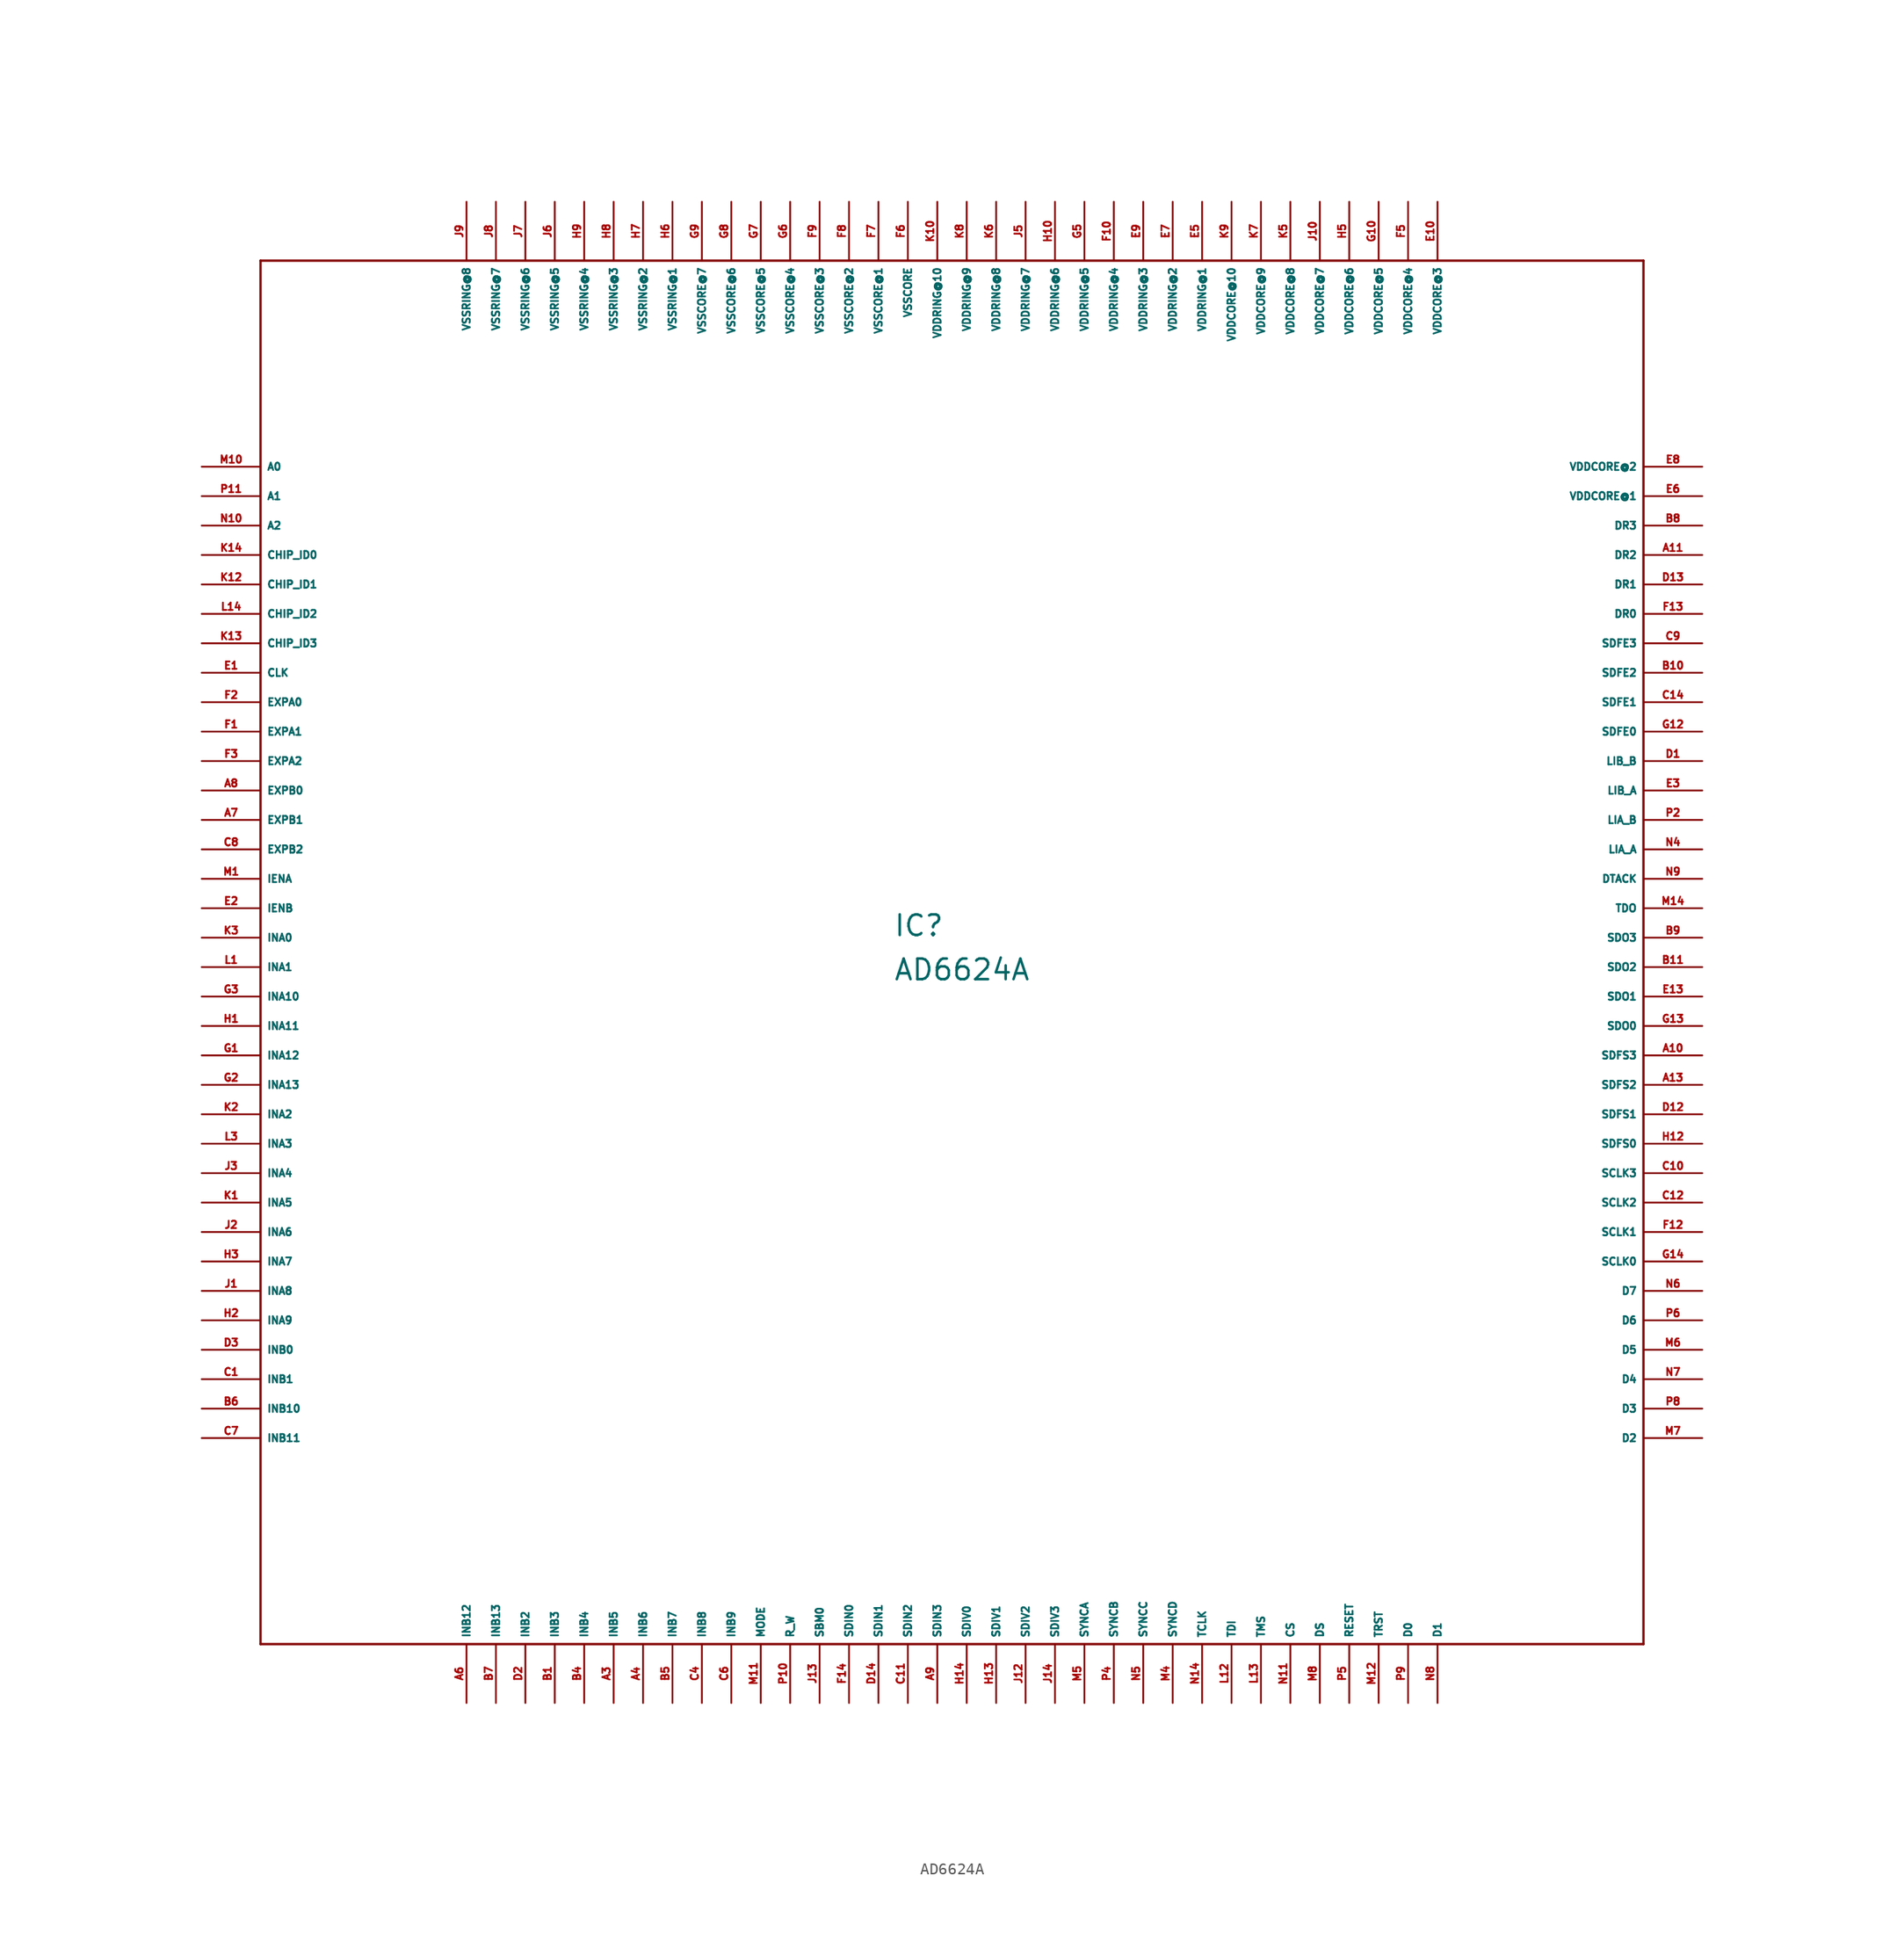
<source format=kicad_sym>
(kicad_symbol_lib
  (version 20220914)
  (generator Eagle2Kicad)
  (symbol "AD6624A"
    (property "Reference" "IC"
      (at -6.35 2.54 0)
      (effects (font (size 1.778 1.778) (thickness 0.22)) (justify left bottom)))
    (property "Value" "AD6624A"
      (at -6.35 -1.27 0)
      (effects (font (size 1.778 1.778) (thickness 0.22)) (justify left bottom)))
    (polyline
      (pts (xy -60.96 -58.42) (xy 58.42 -58.42))
      (stroke (width 0.203) (type default))
      (fill (type none)))
    (polyline
      (pts (xy 58.42 -58.42) (xy 58.42 60.96))
      (stroke (width 0.203) (type default))
      (fill (type none)))
    (polyline
      (pts (xy 58.42 60.96) (xy -60.96 60.96))
      (stroke (width 0.203) (type default))
      (fill (type none)))
    (polyline
      (pts (xy -60.96 60.96) (xy -60.96 -58.42))
      (stroke (width 0.203) (type default))
      (fill (type none)))
    (pin input line
      (at -66.04 43.18 0)
      (length 5.08)
      (name "A0" (effects (font (size 0.635 0.635) (thickness 0.08)) (justify left bottom)))
      (number "M10" (effects (font (size 0.635 0.635) (thickness 0.08)) (justify left bottom))))
    (pin input line
      (at -66.04 40.64 0)
      (length 5.08)
      (name "A1" (effects (font (size 0.635 0.635) (thickness 0.08)) (justify left bottom)))
      (number "P11" (effects (font (size 0.635 0.635) (thickness 0.08)) (justify left bottom))))
    (pin input line
      (at -66.04 38.1 0)
      (length 5.08)
      (name "A2" (effects (font (size 0.635 0.635) (thickness 0.08)) (justify left bottom)))
      (number "N10" (effects (font (size 0.635 0.635) (thickness 0.08)) (justify left bottom))))
    (pin input line
      (at -66.04 35.56 0)
      (length 5.08)
      (name "CHIP_ID0" (effects (font (size 0.635 0.635) (thickness 0.08)) (justify left bottom)))
      (number "K14" (effects (font (size 0.635 0.635) (thickness 0.08)) (justify left bottom))))
    (pin input line
      (at -66.04 33.02 0)
      (length 5.08)
      (name "CHIP_ID1" (effects (font (size 0.635 0.635) (thickness 0.08)) (justify left bottom)))
      (number "K12" (effects (font (size 0.635 0.635) (thickness 0.08)) (justify left bottom))))
    (pin input line
      (at -66.04 30.48 0)
      (length 5.08)
      (name "CHIP_ID2" (effects (font (size 0.635 0.635) (thickness 0.08)) (justify left bottom)))
      (number "L14" (effects (font (size 0.635 0.635) (thickness 0.08)) (justify left bottom))))
    (pin input line
      (at -66.04 27.94 0)
      (length 5.08)
      (name "CHIP_ID3" (effects (font (size 0.635 0.635) (thickness 0.08)) (justify left bottom)))
      (number "K13" (effects (font (size 0.635 0.635) (thickness 0.08)) (justify left bottom))))
    (pin input line
      (at -66.04 25.4 0)
      (length 5.08)
      (name "CLK" (effects (font (size 0.635 0.635) (thickness 0.08)) (justify left bottom)))
      (number "E1" (effects (font (size 0.635 0.635) (thickness 0.08)) (justify left bottom))))
    (pin input line
      (at -66.04 22.86 0)
      (length 5.08)
      (name "EXPA0" (effects (font (size 0.635 0.635) (thickness 0.08)) (justify left bottom)))
      (number "F2" (effects (font (size 0.635 0.635) (thickness 0.08)) (justify left bottom))))
    (pin input line
      (at -66.04 20.32 0)
      (length 5.08)
      (name "EXPA1" (effects (font (size 0.635 0.635) (thickness 0.08)) (justify left bottom)))
      (number "F1" (effects (font (size 0.635 0.635) (thickness 0.08)) (justify left bottom))))
    (pin input line
      (at -66.04 17.78 0)
      (length 5.08)
      (name "EXPA2" (effects (font (size 0.635 0.635) (thickness 0.08)) (justify left bottom)))
      (number "F3" (effects (font (size 0.635 0.635) (thickness 0.08)) (justify left bottom))))
    (pin input line
      (at -66.04 15.24 0)
      (length 5.08)
      (name "EXPB0" (effects (font (size 0.635 0.635) (thickness 0.08)) (justify left bottom)))
      (number "A8" (effects (font (size 0.635 0.635) (thickness 0.08)) (justify left bottom))))
    (pin input line
      (at -66.04 12.7 0)
      (length 5.08)
      (name "EXPB1" (effects (font (size 0.635 0.635) (thickness 0.08)) (justify left bottom)))
      (number "A7" (effects (font (size 0.635 0.635) (thickness 0.08)) (justify left bottom))))
    (pin input line
      (at -66.04 10.16 0)
      (length 5.08)
      (name "EXPB2" (effects (font (size 0.635 0.635) (thickness 0.08)) (justify left bottom)))
      (number "C8" (effects (font (size 0.635 0.635) (thickness 0.08)) (justify left bottom))))
    (pin input line
      (at -66.04 7.62 0)
      (length 5.08)
      (name "IENA" (effects (font (size 0.635 0.635) (thickness 0.08)) (justify left bottom)))
      (number "M1" (effects (font (size 0.635 0.635) (thickness 0.08)) (justify left bottom))))
    (pin input line
      (at -66.04 5.08 0)
      (length 5.08)
      (name "IENB" (effects (font (size 0.635 0.635) (thickness 0.08)) (justify left bottom)))
      (number "E2" (effects (font (size 0.635 0.635) (thickness 0.08)) (justify left bottom))))
    (pin input line
      (at -66.04 2.54 0)
      (length 5.08)
      (name "INA0" (effects (font (size 0.635 0.635) (thickness 0.08)) (justify left bottom)))
      (number "K3" (effects (font (size 0.635 0.635) (thickness 0.08)) (justify left bottom))))
    (pin input line
      (at -66.04 0 0)
      (length 5.08)
      (name "INA1" (effects (font (size 0.635 0.635) (thickness 0.08)) (justify left bottom)))
      (number "L1" (effects (font (size 0.635 0.635) (thickness 0.08)) (justify left bottom))))
    (pin input line
      (at -66.04 -2.54 0)
      (length 5.08)
      (name "INA10" (effects (font (size 0.635 0.635) (thickness 0.08)) (justify left bottom)))
      (number "G3" (effects (font (size 0.635 0.635) (thickness 0.08)) (justify left bottom))))
    (pin input line
      (at -66.04 -5.08 0)
      (length 5.08)
      (name "INA11" (effects (font (size 0.635 0.635) (thickness 0.08)) (justify left bottom)))
      (number "H1" (effects (font (size 0.635 0.635) (thickness 0.08)) (justify left bottom))))
    (pin input line
      (at -66.04 -7.62 0)
      (length 5.08)
      (name "INA12" (effects (font (size 0.635 0.635) (thickness 0.08)) (justify left bottom)))
      (number "G1" (effects (font (size 0.635 0.635) (thickness 0.08)) (justify left bottom))))
    (pin input line
      (at -66.04 -10.16 0)
      (length 5.08)
      (name "INA13" (effects (font (size 0.635 0.635) (thickness 0.08)) (justify left bottom)))
      (number "G2" (effects (font (size 0.635 0.635) (thickness 0.08)) (justify left bottom))))
    (pin input line
      (at -66.04 -12.7 0)
      (length 5.08)
      (name "INA2" (effects (font (size 0.635 0.635) (thickness 0.08)) (justify left bottom)))
      (number "K2" (effects (font (size 0.635 0.635) (thickness 0.08)) (justify left bottom))))
    (pin input line
      (at -66.04 -15.24 0)
      (length 5.08)
      (name "INA3" (effects (font (size 0.635 0.635) (thickness 0.08)) (justify left bottom)))
      (number "L3" (effects (font (size 0.635 0.635) (thickness 0.08)) (justify left bottom))))
    (pin input line
      (at -66.04 -17.78 0)
      (length 5.08)
      (name "INA4" (effects (font (size 0.635 0.635) (thickness 0.08)) (justify left bottom)))
      (number "J3" (effects (font (size 0.635 0.635) (thickness 0.08)) (justify left bottom))))
    (pin input line
      (at -66.04 -20.32 0)
      (length 5.08)
      (name "INA5" (effects (font (size 0.635 0.635) (thickness 0.08)) (justify left bottom)))
      (number "K1" (effects (font (size 0.635 0.635) (thickness 0.08)) (justify left bottom))))
    (pin input line
      (at -66.04 -22.86 0)
      (length 5.08)
      (name "INA6" (effects (font (size 0.635 0.635) (thickness 0.08)) (justify left bottom)))
      (number "J2" (effects (font (size 0.635 0.635) (thickness 0.08)) (justify left bottom))))
    (pin input line
      (at -66.04 -25.4 0)
      (length 5.08)
      (name "INA7" (effects (font (size 0.635 0.635) (thickness 0.08)) (justify left bottom)))
      (number "H3" (effects (font (size 0.635 0.635) (thickness 0.08)) (justify left bottom))))
    (pin input line
      (at -66.04 -27.94 0)
      (length 5.08)
      (name "INA8" (effects (font (size 0.635 0.635) (thickness 0.08)) (justify left bottom)))
      (number "J1" (effects (font (size 0.635 0.635) (thickness 0.08)) (justify left bottom))))
    (pin input line
      (at -66.04 -30.48 0)
      (length 5.08)
      (name "INA9" (effects (font (size 0.635 0.635) (thickness 0.08)) (justify left bottom)))
      (number "H2" (effects (font (size 0.635 0.635) (thickness 0.08)) (justify left bottom))))
    (pin input line
      (at -66.04 -33.02 0)
      (length 5.08)
      (name "INB0" (effects (font (size 0.635 0.635) (thickness 0.08)) (justify left bottom)))
      (number "D3" (effects (font (size 0.635 0.635) (thickness 0.08)) (justify left bottom))))
    (pin input line
      (at -66.04 -35.56 0)
      (length 5.08)
      (name "INB1" (effects (font (size 0.635 0.635) (thickness 0.08)) (justify left bottom)))
      (number "C1" (effects (font (size 0.635 0.635) (thickness 0.08)) (justify left bottom))))
    (pin input line
      (at -66.04 -38.1 0)
      (length 5.08)
      (name "INB10" (effects (font (size 0.635 0.635) (thickness 0.08)) (justify left bottom)))
      (number "B6" (effects (font (size 0.635 0.635) (thickness 0.08)) (justify left bottom))))
    (pin input line
      (at -66.04 -40.64 0)
      (length 5.08)
      (name "INB11" (effects (font (size 0.635 0.635) (thickness 0.08)) (justify left bottom)))
      (number "C7" (effects (font (size 0.635 0.635) (thickness 0.08)) (justify left bottom))))
    (pin input line
      (at -43.18 -63.5 90)
      (length 5.08)
      (name "INB12" (effects (font (size 0.635 0.635) (thickness 0.08)) (justify left bottom)))
      (number "A6" (effects (font (size 0.635 0.635) (thickness 0.08)) (justify left bottom))))
    (pin input line
      (at -40.64 -63.5 90)
      (length 5.08)
      (name "INB13" (effects (font (size 0.635 0.635) (thickness 0.08)) (justify left bottom)))
      (number "B7" (effects (font (size 0.635 0.635) (thickness 0.08)) (justify left bottom))))
    (pin input line
      (at -38.1 -63.5 90)
      (length 5.08)
      (name "INB2" (effects (font (size 0.635 0.635) (thickness 0.08)) (justify left bottom)))
      (number "D2" (effects (font (size 0.635 0.635) (thickness 0.08)) (justify left bottom))))
    (pin input line
      (at -35.56 -63.5 90)
      (length 5.08)
      (name "INB3" (effects (font (size 0.635 0.635) (thickness 0.08)) (justify left bottom)))
      (number "B1" (effects (font (size 0.635 0.635) (thickness 0.08)) (justify left bottom))))
    (pin input line
      (at -33.02 -63.5 90)
      (length 5.08)
      (name "INB4" (effects (font (size 0.635 0.635) (thickness 0.08)) (justify left bottom)))
      (number "B4" (effects (font (size 0.635 0.635) (thickness 0.08)) (justify left bottom))))
    (pin input line
      (at -30.48 -63.5 90)
      (length 5.08)
      (name "INB5" (effects (font (size 0.635 0.635) (thickness 0.08)) (justify left bottom)))
      (number "A3" (effects (font (size 0.635 0.635) (thickness 0.08)) (justify left bottom))))
    (pin input line
      (at -27.94 -63.5 90)
      (length 5.08)
      (name "INB6" (effects (font (size 0.635 0.635) (thickness 0.08)) (justify left bottom)))
      (number "A4" (effects (font (size 0.635 0.635) (thickness 0.08)) (justify left bottom))))
    (pin input line
      (at -25.4 -63.5 90)
      (length 5.08)
      (name "INB7" (effects (font (size 0.635 0.635) (thickness 0.08)) (justify left bottom)))
      (number "B5" (effects (font (size 0.635 0.635) (thickness 0.08)) (justify left bottom))))
    (pin input line
      (at -22.86 -63.5 90)
      (length 5.08)
      (name "INB8" (effects (font (size 0.635 0.635) (thickness 0.08)) (justify left bottom)))
      (number "C4" (effects (font (size 0.635 0.635) (thickness 0.08)) (justify left bottom))))
    (pin input line
      (at -20.32 -63.5 90)
      (length 5.08)
      (name "INB9" (effects (font (size 0.635 0.635) (thickness 0.08)) (justify left bottom)))
      (number "C6" (effects (font (size 0.635 0.635) (thickness 0.08)) (justify left bottom))))
    (pin input line
      (at -17.78 -63.5 90)
      (length 5.08)
      (name "MODE" (effects (font (size 0.635 0.635) (thickness 0.08)) (justify left bottom)))
      (number "M11" (effects (font (size 0.635 0.635) (thickness 0.08)) (justify left bottom))))
    (pin input line
      (at -15.24 -63.5 90)
      (length 5.08)
      (name "R_W" (effects (font (size 0.635 0.635) (thickness 0.08)) (justify left bottom)))
      (number "P10" (effects (font (size 0.635 0.635) (thickness 0.08)) (justify left bottom))))
    (pin input line
      (at -12.7 -63.5 90)
      (length 5.08)
      (name "SBM0" (effects (font (size 0.635 0.635) (thickness 0.08)) (justify left bottom)))
      (number "J13" (effects (font (size 0.635 0.635) (thickness 0.08)) (justify left bottom))))
    (pin input line
      (at -10.16 -63.5 90)
      (length 5.08)
      (name "SDIN0" (effects (font (size 0.635 0.635) (thickness 0.08)) (justify left bottom)))
      (number "F14" (effects (font (size 0.635 0.635) (thickness 0.08)) (justify left bottom))))
    (pin input line
      (at -7.62 -63.5 90)
      (length 5.08)
      (name "SDIN1" (effects (font (size 0.635 0.635) (thickness 0.08)) (justify left bottom)))
      (number "D14" (effects (font (size 0.635 0.635) (thickness 0.08)) (justify left bottom))))
    (pin input line
      (at -5.08 -63.5 90)
      (length 5.08)
      (name "SDIN2" (effects (font (size 0.635 0.635) (thickness 0.08)) (justify left bottom)))
      (number "C11" (effects (font (size 0.635 0.635) (thickness 0.08)) (justify left bottom))))
    (pin input line
      (at -2.54 -63.5 90)
      (length 5.08)
      (name "SDIN3" (effects (font (size 0.635 0.635) (thickness 0.08)) (justify left bottom)))
      (number "A9" (effects (font (size 0.635 0.635) (thickness 0.08)) (justify left bottom))))
    (pin input line
      (at 0 -63.5 90)
      (length 5.08)
      (name "SDIV0" (effects (font (size 0.635 0.635) (thickness 0.08)) (justify left bottom)))
      (number "H14" (effects (font (size 0.635 0.635) (thickness 0.08)) (justify left bottom))))
    (pin input line
      (at 2.54 -63.5 90)
      (length 5.08)
      (name "SDIV1" (effects (font (size 0.635 0.635) (thickness 0.08)) (justify left bottom)))
      (number "H13" (effects (font (size 0.635 0.635) (thickness 0.08)) (justify left bottom))))
    (pin input line
      (at 5.08 -63.5 90)
      (length 5.08)
      (name "SDIV2" (effects (font (size 0.635 0.635) (thickness 0.08)) (justify left bottom)))
      (number "J12" (effects (font (size 0.635 0.635) (thickness 0.08)) (justify left bottom))))
    (pin input line
      (at 7.62 -63.5 90)
      (length 5.08)
      (name "SDIV3" (effects (font (size 0.635 0.635) (thickness 0.08)) (justify left bottom)))
      (number "J14" (effects (font (size 0.635 0.635) (thickness 0.08)) (justify left bottom))))
    (pin input line
      (at 10.16 -63.5 90)
      (length 5.08)
      (name "SYNCA" (effects (font (size 0.635 0.635) (thickness 0.08)) (justify left bottom)))
      (number "M5" (effects (font (size 0.635 0.635) (thickness 0.08)) (justify left bottom))))
    (pin input line
      (at 12.7 -63.5 90)
      (length 5.08)
      (name "SYNCB" (effects (font (size 0.635 0.635) (thickness 0.08)) (justify left bottom)))
      (number "P4" (effects (font (size 0.635 0.635) (thickness 0.08)) (justify left bottom))))
    (pin input line
      (at 15.24 -63.5 90)
      (length 5.08)
      (name "SYNCC" (effects (font (size 0.635 0.635) (thickness 0.08)) (justify left bottom)))
      (number "N5" (effects (font (size 0.635 0.635) (thickness 0.08)) (justify left bottom))))
    (pin input line
      (at 17.78 -63.5 90)
      (length 5.08)
      (name "SYNCD" (effects (font (size 0.635 0.635) (thickness 0.08)) (justify left bottom)))
      (number "M4" (effects (font (size 0.635 0.635) (thickness 0.08)) (justify left bottom))))
    (pin input line
      (at 20.32 -63.5 90)
      (length 5.08)
      (name "TCLK" (effects (font (size 0.635 0.635) (thickness 0.08)) (justify left bottom)))
      (number "N14" (effects (font (size 0.635 0.635) (thickness 0.08)) (justify left bottom))))
    (pin input line
      (at 22.86 -63.5 90)
      (length 5.08)
      (name "TDI" (effects (font (size 0.635 0.635) (thickness 0.08)) (justify left bottom)))
      (number "L12" (effects (font (size 0.635 0.635) (thickness 0.08)) (justify left bottom))))
    (pin input line
      (at 25.4 -63.5 90)
      (length 5.08)
      (name "TMS" (effects (font (size 0.635 0.635) (thickness 0.08)) (justify left bottom)))
      (number "L13" (effects (font (size 0.635 0.635) (thickness 0.08)) (justify left bottom))))
    (pin input line
      (at 27.94 -63.5 90)
      (length 5.08)
      (name "CS" (effects (font (size 0.635 0.635) (thickness 0.08)) (justify left bottom)))
      (number "N11" (effects (font (size 0.635 0.635) (thickness 0.08)) (justify left bottom))))
    (pin input line
      (at 30.48 -63.5 90)
      (length 5.08)
      (name "DS" (effects (font (size 0.635 0.635) (thickness 0.08)) (justify left bottom)))
      (number "M8" (effects (font (size 0.635 0.635) (thickness 0.08)) (justify left bottom))))
    (pin input line
      (at 33.02 -63.5 90)
      (length 5.08)
      (name "RESET" (effects (font (size 0.635 0.635) (thickness 0.08)) (justify left bottom)))
      (number "P5" (effects (font (size 0.635 0.635) (thickness 0.08)) (justify left bottom))))
    (pin input line
      (at 35.56 -63.5 90)
      (length 5.08)
      (name "TRST" (effects (font (size 0.635 0.635) (thickness 0.08)) (justify left bottom)))
      (number "M12" (effects (font (size 0.635 0.635) (thickness 0.08)) (justify left bottom))))
    (pin bidirectional line
      (at 38.1 -63.5 90)
      (length 5.08)
      (name "D0" (effects (font (size 0.635 0.635) (thickness 0.08)) (justify left bottom)))
      (number "P9" (effects (font (size 0.635 0.635) (thickness 0.08)) (justify left bottom))))
    (pin bidirectional line
      (at 40.64 -63.5 90)
      (length 5.08)
      (name "D1" (effects (font (size 0.635 0.635) (thickness 0.08)) (justify left bottom)))
      (number "N8" (effects (font (size 0.635 0.635) (thickness 0.08)) (justify left bottom))))
    (pin bidirectional line
      (at 63.5 -40.64 180)
      (length 5.08)
      (name "D2" (effects (font (size 0.635 0.635) (thickness 0.08)) (justify left bottom)))
      (number "M7" (effects (font (size 0.635 0.635) (thickness 0.08)) (justify left bottom))))
    (pin bidirectional line
      (at 63.5 -38.1 180)
      (length 5.08)
      (name "D3" (effects (font (size 0.635 0.635) (thickness 0.08)) (justify left bottom)))
      (number "P8" (effects (font (size 0.635 0.635) (thickness 0.08)) (justify left bottom))))
    (pin bidirectional line
      (at 63.5 -35.56 180)
      (length 5.08)
      (name "D4" (effects (font (size 0.635 0.635) (thickness 0.08)) (justify left bottom)))
      (number "N7" (effects (font (size 0.635 0.635) (thickness 0.08)) (justify left bottom))))
    (pin bidirectional line
      (at 63.5 -33.02 180)
      (length 5.08)
      (name "D5" (effects (font (size 0.635 0.635) (thickness 0.08)) (justify left bottom)))
      (number "M6" (effects (font (size 0.635 0.635) (thickness 0.08)) (justify left bottom))))
    (pin bidirectional line
      (at 63.5 -30.48 180)
      (length 5.08)
      (name "D6" (effects (font (size 0.635 0.635) (thickness 0.08)) (justify left bottom)))
      (number "P6" (effects (font (size 0.635 0.635) (thickness 0.08)) (justify left bottom))))
    (pin bidirectional line
      (at 63.5 -27.94 180)
      (length 5.08)
      (name "D7" (effects (font (size 0.635 0.635) (thickness 0.08)) (justify left bottom)))
      (number "N6" (effects (font (size 0.635 0.635) (thickness 0.08)) (justify left bottom))))
    (pin bidirectional line
      (at 63.5 -25.4 180)
      (length 5.08)
      (name "SCLK0" (effects (font (size 0.635 0.635) (thickness 0.08)) (justify left bottom)))
      (number "G14" (effects (font (size 0.635 0.635) (thickness 0.08)) (justify left bottom))))
    (pin bidirectional line
      (at 63.5 -22.86 180)
      (length 5.08)
      (name "SCLK1" (effects (font (size 0.635 0.635) (thickness 0.08)) (justify left bottom)))
      (number "F12" (effects (font (size 0.635 0.635) (thickness 0.08)) (justify left bottom))))
    (pin bidirectional line
      (at 63.5 -20.32 180)
      (length 5.08)
      (name "SCLK2" (effects (font (size 0.635 0.635) (thickness 0.08)) (justify left bottom)))
      (number "C12" (effects (font (size 0.635 0.635) (thickness 0.08)) (justify left bottom))))
    (pin bidirectional line
      (at 63.5 -17.78 180)
      (length 5.08)
      (name "SCLK3" (effects (font (size 0.635 0.635) (thickness 0.08)) (justify left bottom)))
      (number "C10" (effects (font (size 0.635 0.635) (thickness 0.08)) (justify left bottom))))
    (pin bidirectional line
      (at 63.5 -15.24 180)
      (length 5.08)
      (name "SDFS0" (effects (font (size 0.635 0.635) (thickness 0.08)) (justify left bottom)))
      (number "H12" (effects (font (size 0.635 0.635) (thickness 0.08)) (justify left bottom))))
    (pin bidirectional line
      (at 63.5 -12.7 180)
      (length 5.08)
      (name "SDFS1" (effects (font (size 0.635 0.635) (thickness 0.08)) (justify left bottom)))
      (number "D12" (effects (font (size 0.635 0.635) (thickness 0.08)) (justify left bottom))))
    (pin bidirectional line
      (at 63.5 -10.16 180)
      (length 5.08)
      (name "SDFS2" (effects (font (size 0.635 0.635) (thickness 0.08)) (justify left bottom)))
      (number "A13" (effects (font (size 0.635 0.635) (thickness 0.08)) (justify left bottom))))
    (pin bidirectional line
      (at 63.5 -7.62 180)
      (length 5.08)
      (name "SDFS3" (effects (font (size 0.635 0.635) (thickness 0.08)) (justify left bottom)))
      (number "A10" (effects (font (size 0.635 0.635) (thickness 0.08)) (justify left bottom))))
    (pin output line
      (at 63.5 -5.08 180)
      (length 5.08)
      (name "SDO0" (effects (font (size 0.635 0.635) (thickness 0.08)) (justify left bottom)))
      (number "G13" (effects (font (size 0.635 0.635) (thickness 0.08)) (justify left bottom))))
    (pin output line
      (at 63.5 -2.54 180)
      (length 5.08)
      (name "SDO1" (effects (font (size 0.635 0.635) (thickness 0.08)) (justify left bottom)))
      (number "E13" (effects (font (size 0.635 0.635) (thickness 0.08)) (justify left bottom))))
    (pin output line
      (at 63.5 0 180)
      (length 5.08)
      (name "SDO2" (effects (font (size 0.635 0.635) (thickness 0.08)) (justify left bottom)))
      (number "B11" (effects (font (size 0.635 0.635) (thickness 0.08)) (justify left bottom))))
    (pin output line
      (at 63.5 2.54 180)
      (length 5.08)
      (name "SDO3" (effects (font (size 0.635 0.635) (thickness 0.08)) (justify left bottom)))
      (number "B9" (effects (font (size 0.635 0.635) (thickness 0.08)) (justify left bottom))))
    (pin output line
      (at 63.5 5.08 180)
      (length 5.08)
      (name "TDO" (effects (font (size 0.635 0.635) (thickness 0.08)) (justify left bottom)))
      (number "M14" (effects (font (size 0.635 0.635) (thickness 0.08)) (justify left bottom))))
    (pin output line
      (at 63.5 7.62 180)
      (length 5.08)
      (name "DTACK" (effects (font (size 0.635 0.635) (thickness 0.08)) (justify left bottom)))
      (number "N9" (effects (font (size 0.635 0.635) (thickness 0.08)) (justify left bottom))))
    (pin tri_state line
      (at 63.5 10.16 180)
      (length 5.08)
      (name "LIA_A" (effects (font (size 0.635 0.635) (thickness 0.08)) (justify left bottom)))
      (number "N4" (effects (font (size 0.635 0.635) (thickness 0.08)) (justify left bottom))))
    (pin tri_state line
      (at 63.5 12.7 180)
      (length 5.08)
      (name "LIA_B" (effects (font (size 0.635 0.635) (thickness 0.08)) (justify left bottom)))
      (number "P2" (effects (font (size 0.635 0.635) (thickness 0.08)) (justify left bottom))))
    (pin tri_state line
      (at 63.5 15.24 180)
      (length 5.08)
      (name "LIB_A" (effects (font (size 0.635 0.635) (thickness 0.08)) (justify left bottom)))
      (number "E3" (effects (font (size 0.635 0.635) (thickness 0.08)) (justify left bottom))))
    (pin tri_state line
      (at 63.5 17.78 180)
      (length 5.08)
      (name "LIB_B" (effects (font (size 0.635 0.635) (thickness 0.08)) (justify left bottom)))
      (number "D1" (effects (font (size 0.635 0.635) (thickness 0.08)) (justify left bottom))))
    (pin tri_state line
      (at 63.5 20.32 180)
      (length 5.08)
      (name "SDFE0" (effects (font (size 0.635 0.635) (thickness 0.08)) (justify left bottom)))
      (number "G12" (effects (font (size 0.635 0.635) (thickness 0.08)) (justify left bottom))))
    (pin tri_state line
      (at 63.5 22.86 180)
      (length 5.08)
      (name "SDFE1" (effects (font (size 0.635 0.635) (thickness 0.08)) (justify left bottom)))
      (number "C14" (effects (font (size 0.635 0.635) (thickness 0.08)) (justify left bottom))))
    (pin tri_state line
      (at 63.5 25.4 180)
      (length 5.08)
      (name "SDFE2" (effects (font (size 0.635 0.635) (thickness 0.08)) (justify left bottom)))
      (number "B10" (effects (font (size 0.635 0.635) (thickness 0.08)) (justify left bottom))))
    (pin tri_state line
      (at 63.5 27.94 180)
      (length 5.08)
      (name "SDFE3" (effects (font (size 0.635 0.635) (thickness 0.08)) (justify left bottom)))
      (number "C9" (effects (font (size 0.635 0.635) (thickness 0.08)) (justify left bottom))))
    (pin tri_state line
      (at 63.5 30.48 180)
      (length 5.08)
      (name "DR0" (effects (font (size 0.635 0.635) (thickness 0.08)) (justify left bottom)))
      (number "F13" (effects (font (size 0.635 0.635) (thickness 0.08)) (justify left bottom))))
    (pin tri_state line
      (at 63.5 33.02 180)
      (length 5.08)
      (name "DR1" (effects (font (size 0.635 0.635) (thickness 0.08)) (justify left bottom)))
      (number "D13" (effects (font (size 0.635 0.635) (thickness 0.08)) (justify left bottom))))
    (pin tri_state line
      (at 63.5 35.56 180)
      (length 5.08)
      (name "DR2" (effects (font (size 0.635 0.635) (thickness 0.08)) (justify left bottom)))
      (number "A11" (effects (font (size 0.635 0.635) (thickness 0.08)) (justify left bottom))))
    (pin tri_state line
      (at 63.5 38.1 180)
      (length 5.08)
      (name "DR3" (effects (font (size 0.635 0.635) (thickness 0.08)) (justify left bottom)))
      (number "B8" (effects (font (size 0.635 0.635) (thickness 0.08)) (justify left bottom))))
    (pin unspecified line
      (at 63.5 40.64 180)
      (length 5.08)
      (name "VDDCORE@1" (effects (font (size 0.635 0.635) (thickness 0.08)) (justify left bottom)))
      (number "E6" (effects (font (size 0.635 0.635) (thickness 0.08)) (justify left bottom))))
    (pin unspecified line
      (at 63.5 43.18 180)
      (length 5.08)
      (name "VDDCORE@2" (effects (font (size 0.635 0.635) (thickness 0.08)) (justify left bottom)))
      (number "E8" (effects (font (size 0.635 0.635) (thickness 0.08)) (justify left bottom))))
    (pin unspecified line
      (at 40.64 66.04 270)
      (length 5.08)
      (name "VDDCORE@3" (effects (font (size 0.635 0.635) (thickness 0.08)) (justify left bottom)))
      (number "E10" (effects (font (size 0.635 0.635) (thickness 0.08)) (justify left bottom))))
    (pin unspecified line
      (at 38.1 66.04 270)
      (length 5.08)
      (name "VDDCORE@4" (effects (font (size 0.635 0.635) (thickness 0.08)) (justify left bottom)))
      (number "F5" (effects (font (size 0.635 0.635) (thickness 0.08)) (justify left bottom))))
    (pin unspecified line
      (at 35.56 66.04 270)
      (length 5.08)
      (name "VDDCORE@5" (effects (font (size 0.635 0.635) (thickness 0.08)) (justify left bottom)))
      (number "G10" (effects (font (size 0.635 0.635) (thickness 0.08)) (justify left bottom))))
    (pin unspecified line
      (at 33.02 66.04 270)
      (length 5.08)
      (name "VDDCORE@6" (effects (font (size 0.635 0.635) (thickness 0.08)) (justify left bottom)))
      (number "H5" (effects (font (size 0.635 0.635) (thickness 0.08)) (justify left bottom))))
    (pin unspecified line
      (at 30.48 66.04 270)
      (length 5.08)
      (name "VDDCORE@7" (effects (font (size 0.635 0.635) (thickness 0.08)) (justify left bottom)))
      (number "J10" (effects (font (size 0.635 0.635) (thickness 0.08)) (justify left bottom))))
    (pin unspecified line
      (at 27.94 66.04 270)
      (length 5.08)
      (name "VDDCORE@8" (effects (font (size 0.635 0.635) (thickness 0.08)) (justify left bottom)))
      (number "K5" (effects (font (size 0.635 0.635) (thickness 0.08)) (justify left bottom))))
    (pin unspecified line
      (at 25.4 66.04 270)
      (length 5.08)
      (name "VDDCORE@9" (effects (font (size 0.635 0.635) (thickness 0.08)) (justify left bottom)))
      (number "K7" (effects (font (size 0.635 0.635) (thickness 0.08)) (justify left bottom))))
    (pin unspecified line
      (at 22.86 66.04 270)
      (length 5.08)
      (name "VDDCORE@10" (effects (font (size 0.635 0.635) (thickness 0.08)) (justify left bottom)))
      (number "K9" (effects (font (size 0.635 0.635) (thickness 0.08)) (justify left bottom))))
    (pin unspecified line
      (at 20.32 66.04 270)
      (length 5.08)
      (name "VDDRING@1" (effects (font (size 0.635 0.635) (thickness 0.08)) (justify left bottom)))
      (number "E5" (effects (font (size 0.635 0.635) (thickness 0.08)) (justify left bottom))))
    (pin unspecified line
      (at 17.78 66.04 270)
      (length 5.08)
      (name "VDDRING@2" (effects (font (size 0.635 0.635) (thickness 0.08)) (justify left bottom)))
      (number "E7" (effects (font (size 0.635 0.635) (thickness 0.08)) (justify left bottom))))
    (pin unspecified line
      (at 15.24 66.04 270)
      (length 5.08)
      (name "VDDRING@3" (effects (font (size 0.635 0.635) (thickness 0.08)) (justify left bottom)))
      (number "E9" (effects (font (size 0.635 0.635) (thickness 0.08)) (justify left bottom))))
    (pin unspecified line
      (at 12.7 66.04 270)
      (length 5.08)
      (name "VDDRING@4" (effects (font (size 0.635 0.635) (thickness 0.08)) (justify left bottom)))
      (number "F10" (effects (font (size 0.635 0.635) (thickness 0.08)) (justify left bottom))))
    (pin unspecified line
      (at 10.16 66.04 270)
      (length 5.08)
      (name "VDDRING@5" (effects (font (size 0.635 0.635) (thickness 0.08)) (justify left bottom)))
      (number "G5" (effects (font (size 0.635 0.635) (thickness 0.08)) (justify left bottom))))
    (pin unspecified line
      (at 7.62 66.04 270)
      (length 5.08)
      (name "VDDRING@6" (effects (font (size 0.635 0.635) (thickness 0.08)) (justify left bottom)))
      (number "H10" (effects (font (size 0.635 0.635) (thickness 0.08)) (justify left bottom))))
    (pin unspecified line
      (at 5.08 66.04 270)
      (length 5.08)
      (name "VDDRING@7" (effects (font (size 0.635 0.635) (thickness 0.08)) (justify left bottom)))
      (number "J5" (effects (font (size 0.635 0.635) (thickness 0.08)) (justify left bottom))))
    (pin unspecified line
      (at 2.54 66.04 270)
      (length 5.08)
      (name "VDDRING@8" (effects (font (size 0.635 0.635) (thickness 0.08)) (justify left bottom)))
      (number "K6" (effects (font (size 0.635 0.635) (thickness 0.08)) (justify left bottom))))
    (pin unspecified line
      (at 0 66.04 270)
      (length 5.08)
      (name "VDDRING@9" (effects (font (size 0.635 0.635) (thickness 0.08)) (justify left bottom)))
      (number "K8" (effects (font (size 0.635 0.635) (thickness 0.08)) (justify left bottom))))
    (pin unspecified line
      (at -2.54 66.04 270)
      (length 5.08)
      (name "VDDRING@10" (effects (font (size 0.635 0.635) (thickness 0.08)) (justify left bottom)))
      (number "K10" (effects (font (size 0.635 0.635) (thickness 0.08)) (justify left bottom))))
    (pin unspecified line
      (at -5.08 66.04 270)
      (length 5.08)
      (name "VSSCORE" (effects (font (size 0.635 0.635) (thickness 0.08)) (justify left bottom)))
      (number "F6" (effects (font (size 0.635 0.635) (thickness 0.08)) (justify left bottom))))
    (pin unspecified line
      (at -7.62 66.04 270)
      (length 5.08)
      (name "VSSCORE@1" (effects (font (size 0.635 0.635) (thickness 0.08)) (justify left bottom)))
      (number "F7" (effects (font (size 0.635 0.635) (thickness 0.08)) (justify left bottom))))
    (pin unspecified line
      (at -10.16 66.04 270)
      (length 5.08)
      (name "VSSCORE@2" (effects (font (size 0.635 0.635) (thickness 0.08)) (justify left bottom)))
      (number "F8" (effects (font (size 0.635 0.635) (thickness 0.08)) (justify left bottom))))
    (pin unspecified line
      (at -12.7 66.04 270)
      (length 5.08)
      (name "VSSCORE@3" (effects (font (size 0.635 0.635) (thickness 0.08)) (justify left bottom)))
      (number "F9" (effects (font (size 0.635 0.635) (thickness 0.08)) (justify left bottom))))
    (pin unspecified line
      (at -15.24 66.04 270)
      (length 5.08)
      (name "VSSCORE@4" (effects (font (size 0.635 0.635) (thickness 0.08)) (justify left bottom)))
      (number "G6" (effects (font (size 0.635 0.635) (thickness 0.08)) (justify left bottom))))
    (pin unspecified line
      (at -17.78 66.04 270)
      (length 5.08)
      (name "VSSCORE@5" (effects (font (size 0.635 0.635) (thickness 0.08)) (justify left bottom)))
      (number "G7" (effects (font (size 0.635 0.635) (thickness 0.08)) (justify left bottom))))
    (pin unspecified line
      (at -20.32 66.04 270)
      (length 5.08)
      (name "VSSCORE@6" (effects (font (size 0.635 0.635) (thickness 0.08)) (justify left bottom)))
      (number "G8" (effects (font (size 0.635 0.635) (thickness 0.08)) (justify left bottom))))
    (pin unspecified line
      (at -22.86 66.04 270)
      (length 5.08)
      (name "VSSCORE@7" (effects (font (size 0.635 0.635) (thickness 0.08)) (justify left bottom)))
      (number "G9" (effects (font (size 0.635 0.635) (thickness 0.08)) (justify left bottom))))
    (pin unspecified line
      (at -25.4 66.04 270)
      (length 5.08)
      (name "VSSRING@1" (effects (font (size 0.635 0.635) (thickness 0.08)) (justify left bottom)))
      (number "H6" (effects (font (size 0.635 0.635) (thickness 0.08)) (justify left bottom))))
    (pin unspecified line
      (at -27.94 66.04 270)
      (length 5.08)
      (name "VSSRING@2" (effects (font (size 0.635 0.635) (thickness 0.08)) (justify left bottom)))
      (number "H7" (effects (font (size 0.635 0.635) (thickness 0.08)) (justify left bottom))))
    (pin unspecified line
      (at -30.48 66.04 270)
      (length 5.08)
      (name "VSSRING@3" (effects (font (size 0.635 0.635) (thickness 0.08)) (justify left bottom)))
      (number "H8" (effects (font (size 0.635 0.635) (thickness 0.08)) (justify left bottom))))
    (pin unspecified line
      (at -33.02 66.04 270)
      (length 5.08)
      (name "VSSRING@4" (effects (font (size 0.635 0.635) (thickness 0.08)) (justify left bottom)))
      (number "H9" (effects (font (size 0.635 0.635) (thickness 0.08)) (justify left bottom))))
    (pin unspecified line
      (at -35.56 66.04 270)
      (length 5.08)
      (name "VSSRING@5" (effects (font (size 0.635 0.635) (thickness 0.08)) (justify left bottom)))
      (number "J6" (effects (font (size 0.635 0.635) (thickness 0.08)) (justify left bottom))))
    (pin unspecified line
      (at -38.1 66.04 270)
      (length 5.08)
      (name "VSSRING@6" (effects (font (size 0.635 0.635) (thickness 0.08)) (justify left bottom)))
      (number "J7" (effects (font (size 0.635 0.635) (thickness 0.08)) (justify left bottom))))
    (pin unspecified line
      (at -40.64 66.04 270)
      (length 5.08)
      (name "VSSRING@7" (effects (font (size 0.635 0.635) (thickness 0.08)) (justify left bottom)))
      (number "J8" (effects (font (size 0.635 0.635) (thickness 0.08)) (justify left bottom))))
    (pin unspecified line
      (at -43.18 66.04 270)
      (length 5.08)
      (name "VSSRING@8" (effects (font (size 0.635 0.635) (thickness 0.08)) (justify left bottom)))
      (number "J9" (effects (font (size 0.635 0.635) (thickness 0.08)) (justify left bottom))))))
</source>
